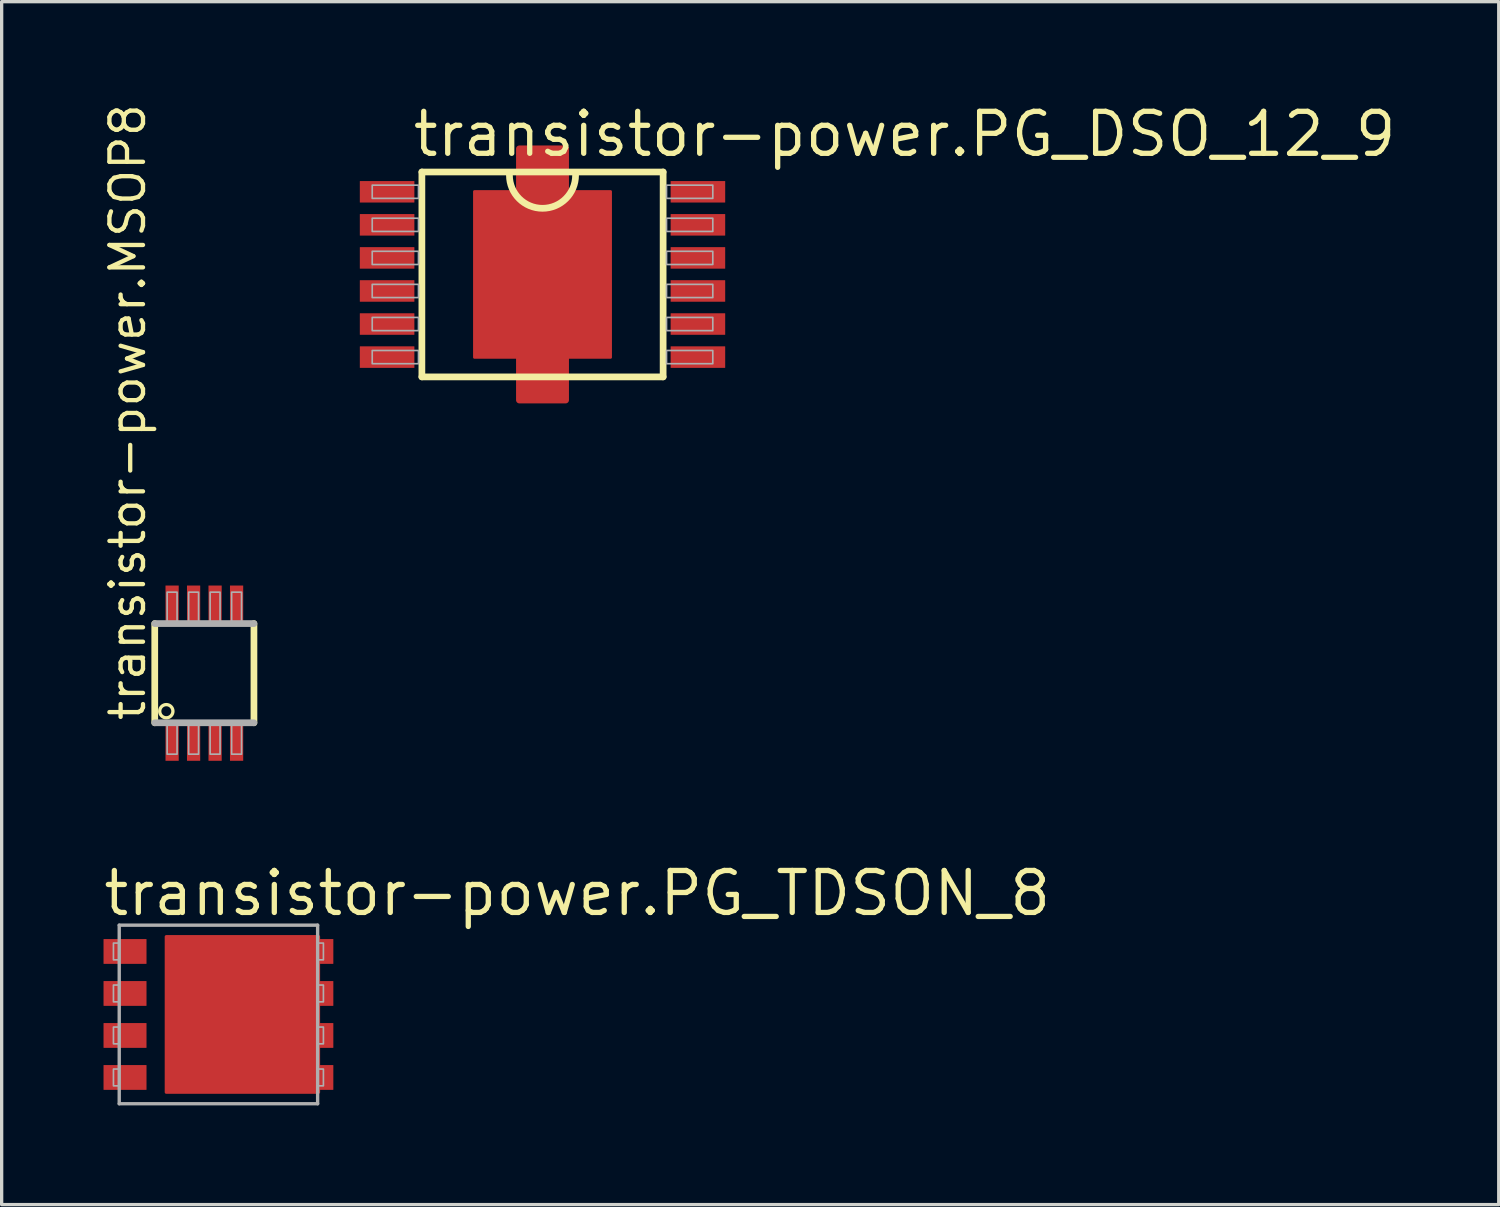
<source format=kicad_pcb>
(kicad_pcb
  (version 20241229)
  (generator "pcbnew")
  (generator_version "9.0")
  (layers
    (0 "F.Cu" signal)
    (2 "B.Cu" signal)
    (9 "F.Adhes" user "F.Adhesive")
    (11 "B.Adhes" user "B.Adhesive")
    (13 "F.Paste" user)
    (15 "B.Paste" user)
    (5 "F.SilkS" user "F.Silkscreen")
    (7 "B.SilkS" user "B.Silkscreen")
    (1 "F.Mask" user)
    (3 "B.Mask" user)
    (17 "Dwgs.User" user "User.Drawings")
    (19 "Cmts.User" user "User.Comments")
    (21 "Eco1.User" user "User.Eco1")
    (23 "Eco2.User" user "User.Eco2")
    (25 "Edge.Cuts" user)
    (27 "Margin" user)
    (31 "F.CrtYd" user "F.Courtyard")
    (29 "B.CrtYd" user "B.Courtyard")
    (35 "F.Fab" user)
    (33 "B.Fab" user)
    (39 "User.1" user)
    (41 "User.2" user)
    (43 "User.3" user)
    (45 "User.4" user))
  (footprint "transistor-power.MSOP8"
    (layer "F.Cu")
    (at 3.13 17.309)
    (property "Reference" "transistor-power.MSOP8" (at -1.724 1.504 90) (layer "F.SilkS") (effects (font (size 1.016 1.016) (thickness 0.13)) (justify left bottom)))
    (attr smd)
    (fp_line (start -1.5 -1.5) (end -1.5 1.5) (stroke (width 0.203) (type default)) (layer "F.SilkS"))
    (fp_line (start 1.5 1.5) (end 1.5 -1.5) (stroke (width 0.203) (type default)) (layer "F.SilkS"))
    (fp_circle (center -1.15 1.15) (end -0.95 1.15) (stroke (width 0.1) (type default)) (fill no) (layer "F.SilkS"))
    (fp_line (start -1.5 1.5) (end 1.5 1.5) (stroke (width 0.203) (type default)) (layer "F.Fab"))
    (fp_line (start 1.5 -1.5) (end -1.5 -1.5) (stroke (width 0.203) (type default)) (layer "F.Fab"))
    (fp_rect (start -1.125 -1.55) (end -0.825 -2.45) (stroke (width 0.05) (type default)) (fill no) (layer "F.Fab"))
    (fp_rect (start -1.125 2.45) (end -0.825 1.55) (stroke (width 0.05) (type default)) (fill no) (layer "F.Fab"))
    (fp_rect (start -0.475 -1.55) (end -0.175 -2.45) (stroke (width 0.05) (type default)) (fill no) (layer "F.Fab"))
    (fp_rect (start -0.475 2.45) (end -0.175 1.55) (stroke (width 0.05) (type default)) (fill no) (layer "F.Fab"))
    (fp_rect (start 0.175 -1.55) (end 0.475 -2.45) (stroke (width 0.05) (type default)) (fill no) (layer "F.Fab"))
    (fp_rect (start 0.175 2.45) (end 0.475 1.55) (stroke (width 0.05) (type default)) (fill no) (layer "F.Fab"))
    (fp_rect (start 0.825 -1.55) (end 1.125 -2.45) (stroke (width 0.05) (type default)) (fill no) (layer "F.Fab"))
    (fp_rect (start 0.825 2.45) (end 1.125 1.55) (stroke (width 0.05) (type default)) (fill no) (layer "F.Fab"))
    (pad "1" smd roundrect (at -0.975 2.05) (size 0.4 1.2) (layers "F.Cu" "F.Mask" "F.Paste") (roundrect_rratio 0.01))
    (pad "2" smd roundrect (at -0.325 2.05) (size 0.4 1.2) (layers "F.Cu" "F.Mask" "F.Paste") (roundrect_rratio 0.01))
    (pad "3" smd roundrect (at 0.325 2.05) (size 0.4 1.2) (layers "F.Cu" "F.Mask" "F.Paste") (roundrect_rratio 0.01))
    (pad "4" smd roundrect (at 0.975 2.05) (size 0.4 1.2) (layers "F.Cu" "F.Mask" "F.Paste") (roundrect_rratio 0.01))
    (pad "5" smd roundrect (at 0.975 -2.05) (size 0.4 1.2) (layers "F.Cu" "F.Mask" "F.Paste") (roundrect_rratio 0.01))
    (pad "6" smd roundrect (at 0.325 -2.05) (size 0.4 1.2) (layers "F.Cu" "F.Mask" "F.Paste") (roundrect_rratio 0.01))
    (pad "7" smd roundrect (at -0.325 -2.05) (size 0.4 1.2) (layers "F.Cu" "F.Mask" "F.Paste") (roundrect_rratio 0.01))
    (pad "8" smd roundrect (at -0.975 -2.05) (size 0.4 1.2) (layers "F.Cu" "F.Mask" "F.Paste") (roundrect_rratio 0.01)))
  (footprint "transistor-power.PG_DSO_12_9"
    (layer "F.Cu")
    (at 13.357 5.25)
    (property "Reference" "transistor-power.PG_DSO_12_9" (at -4 -3.5 0) (layer "F.SilkS") (effects (font (size 1.27 1.27) (thickness 0.16)) (justify left bottom)))
    (attr smd)
    (fp_poly (pts (xy -0.7 3.8) (xy 0.7 3.8) (xy 0.7 -3.8) (xy -0.7 -3.8)) (stroke (width 0.2) (type default)) (fill yes) (layer "F.Cu"))
    (fp_rect (start -5.6 -2.1) (end -3.8 -2.9) (stroke (width 0.05) (type default)) (fill yes) (layer "F.Mask"))
    (fp_rect (start -5.6 -1.1) (end -3.8 -1.9) (stroke (width 0.05) (type default)) (fill yes) (layer "F.Mask"))
    (fp_rect (start -5.6 -0.1) (end -3.8 -0.9) (stroke (width 0.05) (type default)) (fill yes) (layer "F.Mask"))
    (fp_rect (start -5.6 0.9) (end -3.8 0.1) (stroke (width 0.05) (type default)) (fill yes) (layer "F.Mask"))
    (fp_rect (start -5.6 1.9) (end -3.8 1.1) (stroke (width 0.05) (type default)) (fill yes) (layer "F.Mask"))
    (fp_rect (start -5.6 2.9) (end -3.8 2.1) (stroke (width 0.05) (type default)) (fill yes) (layer "F.Mask"))
    (fp_rect (start -2.2 2.65) (end 2.2 -2.65) (stroke (width 0.05) (type default)) (fill yes) (layer "F.Mask"))
    (fp_rect (start -0.9 4) (end 0.9 -4) (stroke (width 0.05) (type default)) (fill yes) (layer "F.Mask"))
    (fp_rect (start 3.8 -2.1) (end 5.6 -2.9) (stroke (width 0.05) (type default)) (fill yes) (layer "F.Mask"))
    (fp_rect (start 3.8 -1.1) (end 5.6 -1.9) (stroke (width 0.05) (type default)) (fill yes) (layer "F.Mask"))
    (fp_rect (start 3.8 -0.1) (end 5.6 -0.9) (stroke (width 0.05) (type default)) (fill yes) (layer "F.Mask"))
    (fp_rect (start 3.8 0.9) (end 5.6 0.1) (stroke (width 0.05) (type default)) (fill yes) (layer "F.Mask"))
    (fp_rect (start 3.8 1.9) (end 5.6 1.1) (stroke (width 0.05) (type default)) (fill yes) (layer "F.Mask"))
    (fp_rect (start 3.8 2.9) (end 5.6 2.1) (stroke (width 0.05) (type default)) (fill yes) (layer "F.Mask"))
    (fp_line (start -3.648 -3.098) (end -3.648 3.098) (stroke (width 0.203) (type default)) (layer "F.SilkS"))
    (fp_line (start -3.648 3.098) (end 3.648 3.098) (stroke (width 0.203) (type default)) (layer "F.SilkS"))
    (fp_line (start 3.648 -3.098) (end -3.648 -3.098) (stroke (width 0.203) (type default)) (layer "F.SilkS"))
    (fp_line (start 3.648 3.098) (end 3.648 -3.098) (stroke (width 0.203) (type default)) (layer "F.SilkS"))
    (fp_arc (start 1 -3) (mid 0 -2) (end -1 -3) (stroke (width 0.2032) (type default)) (layer "F.SilkS"))
    (fp_rect (start -1.8 2.2) (end 1.8 -2.2) (stroke (width 0.05) (type default)) (fill yes) (layer "B.Paste"))
    (fp_rect (start -0.6 -2.2) (end 0.6 -3.7) (stroke (width 0.05) (type default)) (fill yes) (layer "B.Paste"))
    (fp_rect (start -0.6 3.7) (end 0.6 2.2) (stroke (width 0.05) (type default)) (fill yes) (layer "B.Paste"))
    (fp_rect (start -5.15 -2.3) (end -3.75 -2.7) (stroke (width 0.05) (type default)) (fill no) (layer "F.Fab"))
    (fp_rect (start -5.15 -1.3) (end -3.75 -1.7) (stroke (width 0.05) (type default)) (fill no) (layer "F.Fab"))
    (fp_rect (start -5.15 -0.3) (end -3.75 -0.7) (stroke (width 0.05) (type default)) (fill no) (layer "F.Fab"))
    (fp_rect (start -5.15 0.7) (end -3.75 0.3) (stroke (width 0.05) (type default)) (fill no) (layer "F.Fab"))
    (fp_rect (start -5.15 1.7) (end -3.75 1.3) (stroke (width 0.05) (type default)) (fill no) (layer "F.Fab"))
    (fp_rect (start -5.15 2.7) (end -3.75 2.3) (stroke (width 0.05) (type default)) (fill no) (layer "F.Fab"))
    (fp_rect (start 3.75 -2.3) (end 5.15 -2.7) (stroke (width 0.05) (type default)) (fill no) (layer "F.Fab"))
    (fp_rect (start 3.75 -1.3) (end 5.15 -1.7) (stroke (width 0.05) (type default)) (fill no) (layer "F.Fab"))
    (fp_rect (start 3.75 -0.3) (end 5.15 -0.7) (stroke (width 0.05) (type default)) (fill no) (layer "F.Fab"))
    (fp_rect (start 3.75 0.7) (end 5.15 0.3) (stroke (width 0.05) (type default)) (fill no) (layer "F.Fab"))
    (fp_rect (start 3.75 1.7) (end 5.15 1.3) (stroke (width 0.05) (type default)) (fill no) (layer "F.Fab"))
    (fp_rect (start 3.75 2.7) (end 5.15 2.3) (stroke (width 0.05) (type default)) (fill no) (layer "F.Fab"))
    (pad "1" smd roundrect (at -4.7 -2.5) (size 1.65 0.65) (layers "F.Cu" "F.Mask" "F.Paste") (roundrect_rratio 0.01))
    (pad "2" smd roundrect (at -4.7 -1.5) (size 1.65 0.65) (layers "F.Cu" "F.Mask" "F.Paste") (roundrect_rratio 0.01))
    (pad "3" smd roundrect (at -4.7 -0.5) (size 1.65 0.65) (layers "F.Cu" "F.Mask" "F.Paste") (roundrect_rratio 0.01))
    (pad "4" smd roundrect (at -4.7 0.5) (size 1.65 0.65) (layers "F.Cu" "F.Mask" "F.Paste") (roundrect_rratio 0.01))
    (pad "5" smd roundrect (at -4.7 1.5) (size 1.65 0.65) (layers "F.Cu" "F.Mask" "F.Paste") (roundrect_rratio 0.01))
    (pad "6" smd roundrect (at -4.7 2.5) (size 1.65 0.65) (layers "F.Cu" "F.Mask" "F.Paste") (roundrect_rratio 0.01))
    (pad "7" smd roundrect (at 4.7 2.5) (size 1.65 0.65) (layers "F.Cu" "F.Mask" "F.Paste") (roundrect_rratio 0.01))
    (pad "8" smd roundrect (at 4.7 1.5) (size 1.65 0.65) (layers "F.Cu" "F.Mask" "F.Paste") (roundrect_rratio 0.01))
    (pad "9" smd roundrect (at 4.7 0.5) (size 1.65 0.65) (layers "F.Cu" "F.Mask" "F.Paste") (roundrect_rratio 0.01))
    (pad "10" smd roundrect (at 4.7 -0.5) (size 1.65 0.65) (layers "F.Cu" "F.Mask" "F.Paste") (roundrect_rratio 0.01))
    (pad "11" smd roundrect (at 4.7 -1.5) (size 1.65 0.65) (layers "F.Cu" "F.Mask" "F.Paste") (roundrect_rratio 0.01))
    (pad "12" smd roundrect (at 4.7 -2.5) (size 1.65 0.65) (layers "F.Cu" "F.Mask" "F.Paste") (roundrect_rratio 0.01))
    (pad "EXP" smd roundrect (at 0 0) (size 4.2 5.1) (layers "F.Cu" "F.Mask" "F.Paste") (roundrect_rratio 0.01)))
  (footprint "transistor-power.PG_TDSON_8"
    (layer "F.Cu")
    (at 3.556 27.63)
    (property "Reference" "transistor-power.PG_TDSON_8" (at -3.556 -2.921 0) (layer "F.SilkS") (effects (font (size 1.27 1.27) (thickness 0.16)) (justify left bottom)))
    (attr smd)
    (fp_rect (start -1.397 -1.27) (end -0.508 -2.159) (stroke (width 0.05) (type default)) (fill yes) (layer "F.Paste"))
    (fp_rect (start -1.397 -0.127) (end -0.508 -1.016) (stroke (width 0.05) (type default)) (fill yes) (layer "F.Paste"))
    (fp_rect (start -1.397 1.016) (end -0.508 0.127) (stroke (width 0.05) (type default)) (fill yes) (layer "F.Paste"))
    (fp_rect (start -1.397 2.159) (end -0.508 1.27) (stroke (width 0.05) (type default)) (fill yes) (layer "F.Paste"))
    (fp_rect (start -0.254 -1.27) (end 0.635 -2.159) (stroke (width 0.05) (type default)) (fill yes) (layer "F.Paste"))
    (fp_rect (start -0.254 -0.127) (end 0.635 -1.016) (stroke (width 0.05) (type default)) (fill yes) (layer "F.Paste"))
    (fp_rect (start -0.254 1.016) (end 0.635 0.127) (stroke (width 0.05) (type default)) (fill yes) (layer "F.Paste"))
    (fp_rect (start -0.254 2.159) (end 0.635 1.27) (stroke (width 0.05) (type default)) (fill yes) (layer "F.Paste"))
    (fp_rect (start 0.889 -1.27) (end 1.778 -2.159) (stroke (width 0.05) (type default)) (fill yes) (layer "F.Paste"))
    (fp_rect (start 0.889 -0.127) (end 1.778 -1.016) (stroke (width 0.05) (type default)) (fill yes) (layer "F.Paste"))
    (fp_rect (start 0.889 1.016) (end 1.778 0.127) (stroke (width 0.05) (type default)) (fill yes) (layer "F.Paste"))
    (fp_rect (start 0.889 2.159) (end 1.778 1.27) (stroke (width 0.05) (type default)) (fill yes) (layer "F.Paste"))
    (fp_line (start -3 -2.7) (end 3 -2.7) (stroke (width 0.102) (type default)) (layer "F.Fab"))
    (fp_line (start -3 2.7) (end -3 -2.7) (stroke (width 0.102) (type default)) (layer "F.Fab"))
    (fp_line (start 3 -2.7) (end 3 2.7) (stroke (width 0.102) (type default)) (layer "F.Fab"))
    (fp_line (start 3 2.7) (end -3 2.7) (stroke (width 0.102) (type default)) (layer "F.Fab"))
    (fp_rect (start -3.175 -1.651) (end -3 -2.159) (stroke (width 0.05) (type default)) (fill no) (layer "F.Fab"))
    (fp_rect (start -3.175 -0.381) (end -3 -0.889) (stroke (width 0.05) (type default)) (fill no) (layer "F.Fab"))
    (fp_rect (start -3.175 0.889) (end -3 0.381) (stroke (width 0.05) (type default)) (fill no) (layer "F.Fab"))
    (fp_rect (start -3.175 2.159) (end -3 1.651) (stroke (width 0.05) (type default)) (fill no) (layer "F.Fab"))
    (fp_rect (start 3 -1.651) (end 3.175 -2.159) (stroke (width 0.05) (type default)) (fill no) (layer "F.Fab"))
    (fp_rect (start 3 -0.381) (end 3.175 -0.889) (stroke (width 0.05) (type default)) (fill no) (layer "F.Fab"))
    (fp_rect (start 3 0.889) (end 3.175 0.381) (stroke (width 0.05) (type default)) (fill no) (layer "F.Fab"))
    (fp_rect (start 3 2.159) (end 3.175 1.651) (stroke (width 0.05) (type default)) (fill no) (layer "F.Fab"))
    (pad "1" smd roundrect (at -2.825 -1.905) (size 1.3 0.75) (layers "F.Cu" "F.Mask" "F.Paste") (roundrect_rratio 0.01))
    (pad "2" smd roundrect (at -2.825 -0.635) (size 1.3 0.75) (layers "F.Cu" "F.Mask" "F.Paste") (roundrect_rratio 0.01))
    (pad "3" smd roundrect (at -2.825 0.635) (size 1.3 0.75) (layers "F.Cu" "F.Mask" "F.Paste") (roundrect_rratio 0.01))
    (pad "4" smd roundrect (at -2.825 1.905) (size 1.3 0.75) (layers "F.Cu" "F.Mask" "F.Paste") (roundrect_rratio 0.01))
    (pad "5" smd roundrect (at 2.825 1.905 180) (size 1.3 0.75) (layers "F.Cu" "F.Mask" "F.Paste") (roundrect_rratio 0.01))
    (pad "6" smd roundrect (at 2.825 0.635 180) (size 1.3 0.75) (layers "F.Cu" "F.Mask" "F.Paste") (roundrect_rratio 0.01))
    (pad "7" smd roundrect (at 2.825 -0.635 180) (size 1.3 0.75) (layers "F.Cu" "F.Mask" "F.Paste") (roundrect_rratio 0.01))
    (pad "8" smd roundrect (at 2.825 -1.905 180) (size 1.3 0.75) (layers "F.Cu" "F.Mask" "F.Paste") (roundrect_rratio 0.01))
    (pad "TH" smd roundrect (at 0.725 0 180) (size 4.7 4.8) (layers "F.Cu" "F.Mask" "F.Paste") (roundrect_rratio 0.01)))
  (gr_rect
    (start -3 -3)
    (end 42.276 33.381)
    (stroke (width 0.1) (type default))
    (fill no)
    (layer "Edge.Cuts")))
</source>
